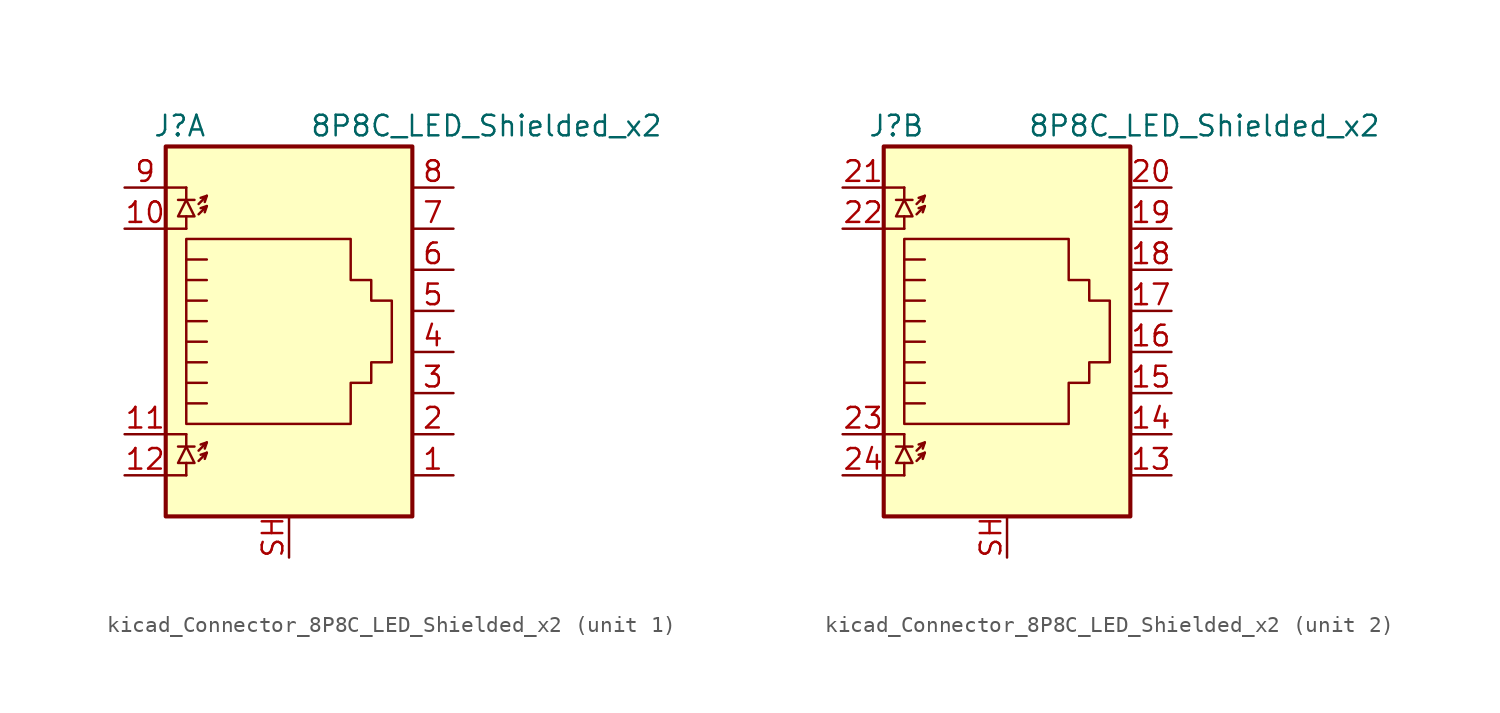
<source format=kicad_sym>
(kicad_symbol_lib
  (version 20220914)
  (generator kicad_symbol_editor)
  (symbol "kicad_Connector_8P8C_LED_Shielded_x2"
    (property "Reference" "J"
      (at -5.08 13.97 0)
      (effects (font (size 1.27 1.27)) (justify right)))
    (property "Value" "8P8C_LED_Shielded_x2"
      (at 1.27 13.97 0)
      (effects (font (size 1.27 1.27)) (justify left)))
    (symbol "kicad_Connector_8P8C_LED_Shielded_x2_0_1"
      (polyline (pts (xy -7.62 -7.62) (xy -6.35 -7.62)) (stroke (width 0) (type default)) (fill (type none)))
      (polyline (pts (xy -7.62 -5.08) (xy -6.35 -5.08)) (stroke (width 0) (type default)) (fill (type none)))
      (polyline (pts (xy -7.62 7.62) (xy -6.35 7.62)) (stroke (width 0) (type default)) (fill (type none)))
      (polyline (pts (xy -7.62 10.16) (xy -6.35 10.16)) (stroke (width 0) (type default)) (fill (type none)))
      (polyline (pts (xy -6.858 -5.842) (xy -5.842 -5.842)) (stroke (width 0) (type default)) (fill (type none)))
      (polyline (pts (xy -6.858 9.398) (xy -5.842 9.398)) (stroke (width 0) (type default)) (fill (type none)))
      (polyline (pts (xy -6.35 -7.62) (xy -6.35 -6.858)) (stroke (width 0) (type default)) (fill (type none)))
      (polyline (pts (xy -6.35 -5.08) (xy -6.35 -5.842)) (stroke (width 0) (type default)) (fill (type none)))
      (polyline (pts (xy -6.35 7.62) (xy -6.35 8.382)) (stroke (width 0) (type default)) (fill (type none)))
      (polyline (pts (xy -6.35 10.16) (xy -6.35 9.398)) (stroke (width 0) (type default)) (fill (type none)))
      (polyline (pts (xy -5.08 -6.223) (xy -5.207 -6.604)) (stroke (width 0) (type default)) (fill (type none)))
      (polyline (pts (xy -5.08 -5.588) (xy -5.207 -5.969)) (stroke (width 0) (type default)) (fill (type none)))
      (polyline (pts (xy -5.08 4.445) (xy -6.35 4.445)) (stroke (width 0) (type default)) (fill (type none)))
      (polyline (pts (xy -5.08 5.715) (xy -6.35 5.715)) (stroke (width 0) (type default)) (fill (type none)))
      (polyline (pts (xy -5.08 9.017) (xy -5.207 8.636)) (stroke (width 0) (type default)) (fill (type none)))
      (polyline (pts (xy -5.08 9.652) (xy -5.207 9.271)) (stroke (width 0) (type default)) (fill (type none)))
      (polyline (pts (xy -6.35 -3.175) (xy -5.08 -3.175) (xy -5.08 -3.175)) (stroke (width 0) (type default)) (fill (type none)))
      (polyline (pts (xy -6.35 -1.905) (xy -5.08 -1.905) (xy -5.08 -1.905)) (stroke (width 0) (type default)) (fill (type none)))
      (polyline (pts (xy -6.35 -0.635) (xy -5.08 -0.635) (xy -5.08 -0.635)) (stroke (width 0) (type default)) (fill (type none)))
      (polyline (pts (xy -6.35 0.635) (xy -5.08 0.635) (xy -5.08 0.635)) (stroke (width 0) (type default)) (fill (type none)))
      (polyline (pts (xy -6.35 1.905) (xy -5.08 1.905) (xy -5.08 1.905)) (stroke (width 0) (type default)) (fill (type none)))
      (polyline (pts (xy -5.588 -6.731) (xy -5.08 -6.223) (xy -5.461 -6.35)) (stroke (width 0) (type default)) (fill (type none)))
      (polyline (pts (xy -5.588 -6.096) (xy -5.08 -5.588) (xy -5.461 -5.715)) (stroke (width 0) (type default)) (fill (type none)))
      (polyline (pts (xy -5.588 8.509) (xy -5.08 9.017) (xy -5.461 8.89)) (stroke (width 0) (type default)) (fill (type none)))
      (polyline (pts (xy -5.588 9.144) (xy -5.08 9.652) (xy -5.461 9.525)) (stroke (width 0) (type default)) (fill (type none)))
      (polyline (pts (xy -5.08 3.175) (xy -6.35 3.175) (xy -6.35 3.175)) (stroke (width 0) (type default)) (fill (type none)))
      (polyline (pts (xy -6.35 -5.842) (xy -6.858 -6.858) (xy -5.842 -6.858) (xy -6.35 -5.842)) (stroke (width 0) (type default)) (fill (type none)))
      (polyline (pts (xy -6.35 9.398) (xy -6.858 8.382) (xy -5.842 8.382) (xy -6.35 9.398)) (stroke (width 0) (type default)) (fill (type none)))
      (polyline (pts (xy -6.35 -4.445) (xy -6.35 6.985) (xy 3.81 6.985) (xy 3.81 4.445) (xy 5.08 4.445) (xy 5.08 3.175) (xy 6.35 3.175) (xy 6.35 -0.635) (xy 5.08 -0.635) (xy 5.08 -1.905) (xy 3.81 -1.905) (xy 3.81 -4.445) (xy -6.35 -4.445) (xy -6.35 -4.445)) (stroke (width 0) (type default)) (fill (type none)))
      (rectangle (start 7.62 12.7) (end -7.62 -10.16) (stroke (width 0.254) (type default)) (fill (type background))))
    (symbol "kicad_Connector_8P8C_LED_Shielded_x2_1_1"
      (pin passive line (at 10.16 -7.62 180) (length 2.54) (name "~" (effects (font (size 1.27 1.27)))) (number "1" (effects (font (size 1.27 1.27)))))
      (pin passive line (at -10.16 7.62 0) (length 2.54) (name "~" (effects (font (size 1.27 1.27)))) (number "10" (effects (font (size 1.27 1.27)))))
      (pin passive line (at -10.16 -5.08 0) (length 2.54) (name "~" (effects (font (size 1.27 1.27)))) (number "11" (effects (font (size 1.27 1.27)))))
      (pin passive line (at -10.16 -7.62 0) (length 2.54) (name "~" (effects (font (size 1.27 1.27)))) (number "12" (effects (font (size 1.27 1.27)))))
      (pin passive line (at 10.16 -5.08 180) (length 2.54) (name "~" (effects (font (size 1.27 1.27)))) (number "2" (effects (font (size 1.27 1.27)))))
      (pin passive line (at 10.16 -2.54 180) (length 2.54) (name "~" (effects (font (size 1.27 1.27)))) (number "3" (effects (font (size 1.27 1.27)))))
      (pin passive line (at 10.16 0 180) (length 2.54) (name "~" (effects (font (size 1.27 1.27)))) (number "4" (effects (font (size 1.27 1.27)))))
      (pin passive line (at 10.16 2.54 180) (length 2.54) (name "~" (effects (font (size 1.27 1.27)))) (number "5" (effects (font (size 1.27 1.27)))))
      (pin passive line (at 10.16 5.08 180) (length 2.54) (name "~" (effects (font (size 1.27 1.27)))) (number "6" (effects (font (size 1.27 1.27)))))
      (pin passive line (at 10.16 7.62 180) (length 2.54) (name "~" (effects (font (size 1.27 1.27)))) (number "7" (effects (font (size 1.27 1.27)))))
      (pin passive line (at 10.16 10.16 180) (length 2.54) (name "~" (effects (font (size 1.27 1.27)))) (number "8" (effects (font (size 1.27 1.27)))))
      (pin passive line (at -10.16 10.16 0) (length 2.54) (name "~" (effects (font (size 1.27 1.27)))) (number "9" (effects (font (size 1.27 1.27)))))
      (pin passive line (at 0 -12.7 90) (length 2.54) (name "~" (effects (font (size 1.27 1.27)))) (number "SH" (effects (font (size 1.27 1.27))))))
    (symbol "kicad_Connector_8P8C_LED_Shielded_x2_2_1"
      (pin passive line (at 10.16 -7.62 180) (length 2.54) (name "~" (effects (font (size 1.27 1.27)))) (number "13" (effects (font (size 1.27 1.27)))))
      (pin passive line (at 10.16 -5.08 180) (length 2.54) (name "~" (effects (font (size 1.27 1.27)))) (number "14" (effects (font (size 1.27 1.27)))))
      (pin passive line (at 10.16 -2.54 180) (length 2.54) (name "~" (effects (font (size 1.27 1.27)))) (number "15" (effects (font (size 1.27 1.27)))))
      (pin passive line (at 10.16 0 180) (length 2.54) (name "~" (effects (font (size 1.27 1.27)))) (number "16" (effects (font (size 1.27 1.27)))))
      (pin passive line (at 10.16 2.54 180) (length 2.54) (name "~" (effects (font (size 1.27 1.27)))) (number "17" (effects (font (size 1.27 1.27)))))
      (pin passive line (at 10.16 5.08 180) (length 2.54) (name "~" (effects (font (size 1.27 1.27)))) (number "18" (effects (font (size 1.27 1.27)))))
      (pin passive line (at 10.16 7.62 180) (length 2.54) (name "~" (effects (font (size 1.27 1.27)))) (number "19" (effects (font (size 1.27 1.27)))))
      (pin passive line (at 10.16 10.16 180) (length 2.54) (name "~" (effects (font (size 1.27 1.27)))) (number "20" (effects (font (size 1.27 1.27)))))
      (pin passive line (at -10.16 10.16 0) (length 2.54) (name "~" (effects (font (size 1.27 1.27)))) (number "21" (effects (font (size 1.27 1.27)))))
      (pin passive line (at -10.16 7.62 0) (length 2.54) (name "~" (effects (font (size 1.27 1.27)))) (number "22" (effects (font (size 1.27 1.27)))))
      (pin passive line (at -10.16 -5.08 0) (length 2.54) (name "~" (effects (font (size 1.27 1.27)))) (number "23" (effects (font (size 1.27 1.27)))))
      (pin passive line (at -10.16 -7.62 0) (length 2.54) (name "~" (effects (font (size 1.27 1.27)))) (number "24" (effects (font (size 1.27 1.27)))))
      (pin passive line (at 0 -12.7 90) (length 2.54) (name "~" (effects (font (size 1.27 1.27)))) (number "SH" (effects (font (size 1.27 1.27))))))))
</source>
